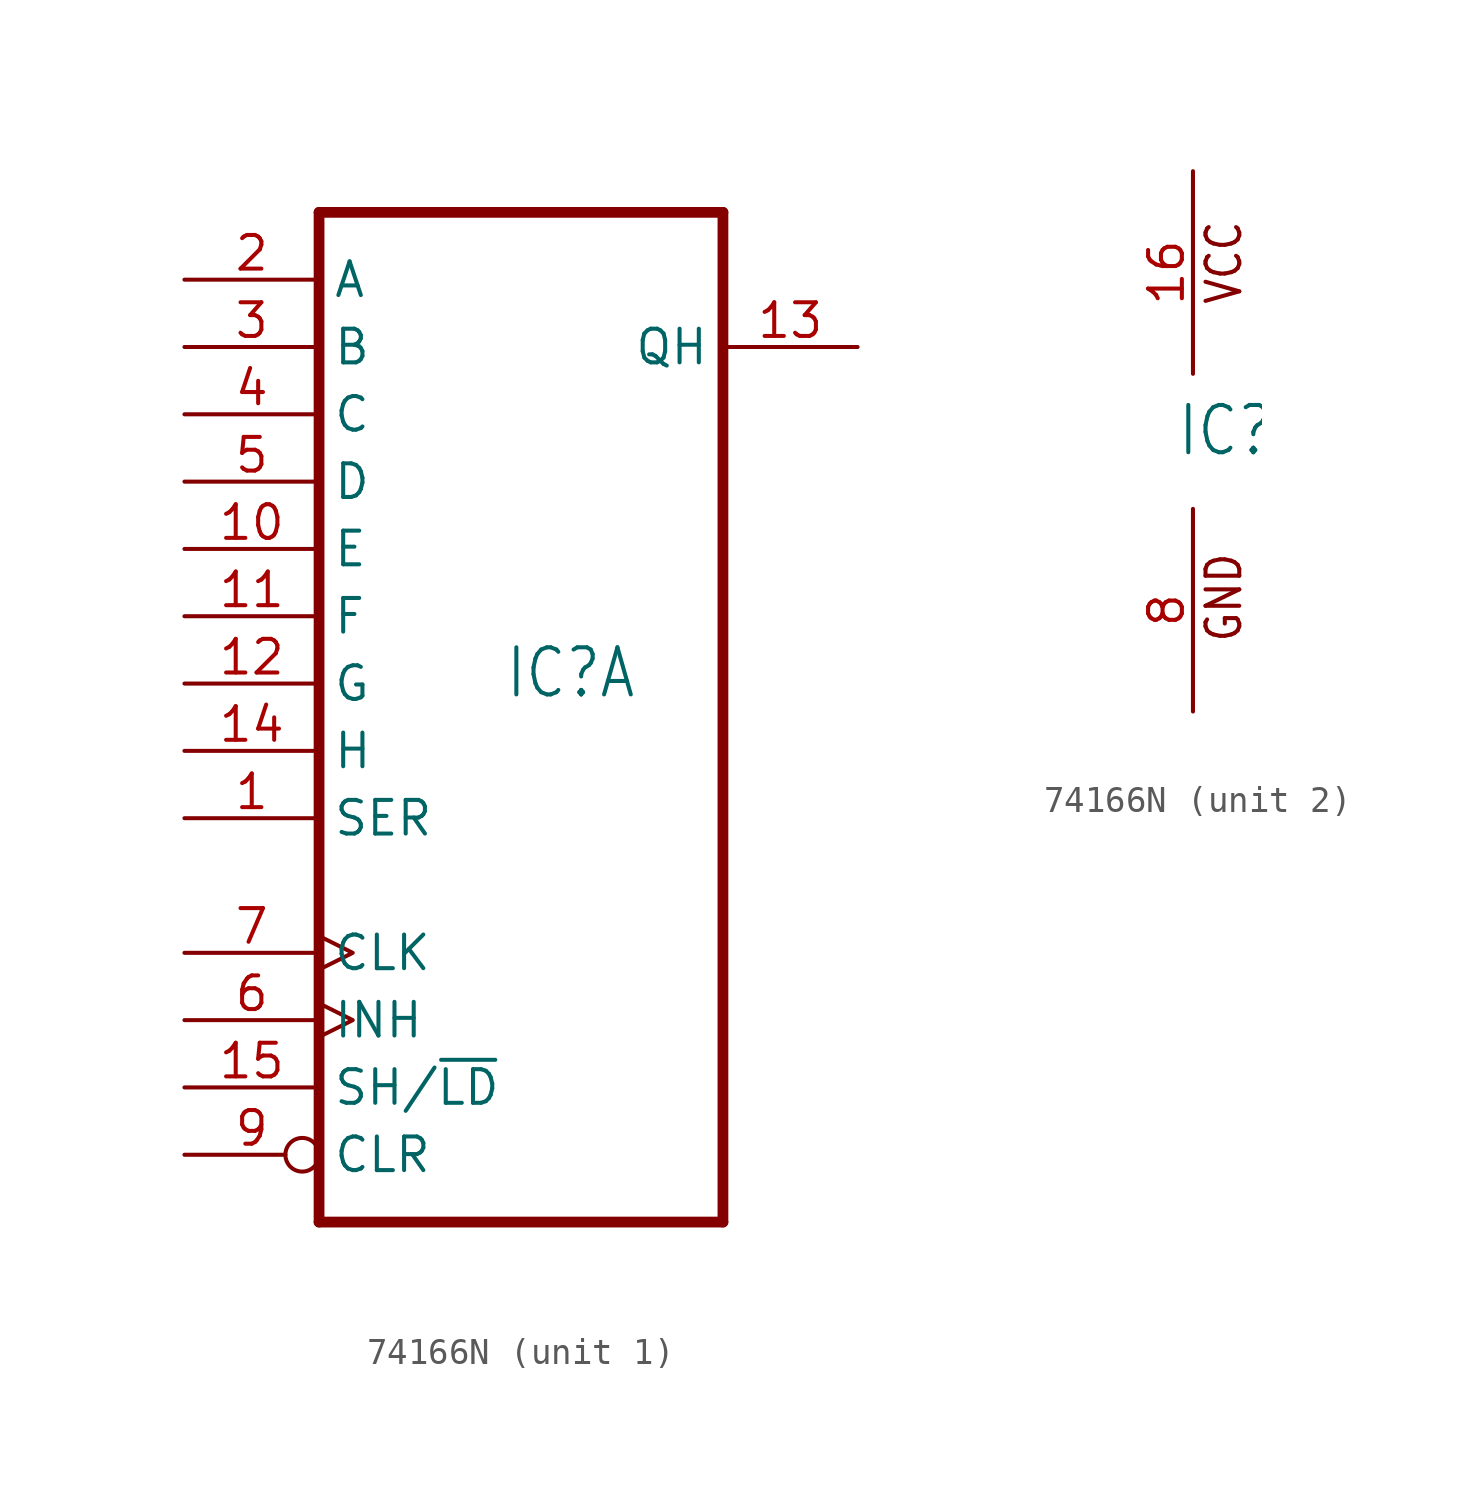
<source format=kicad_sym>
(kicad_symbol_lib
  (version 20231120)
  (generator "kicad_symbol_editor")
  (generator_version "8.0")
  (symbol "74166N"
    (property "Reference" "IC"
      (at -0.635 -0.635 0)
      (effects (font (size 1.778 1.511)) (justify left bottom)))
    (property "ki_locked" ""
      (at 0 0 0)
      (effects (font (size 1.27 1.27))))
    (symbol "74166N_1_0"
      (polyline (pts (xy -7.62 -20.32) (xy 7.62 -20.32)) (stroke (width 0.406) (type solid)) (fill (type none)))
      (polyline (pts (xy -7.62 17.78) (xy -7.62 -20.32)) (stroke (width 0.406) (type solid)) (fill (type none)))
      (polyline (pts (xy 7.62 -20.32) (xy 7.62 17.78)) (stroke (width 0.406) (type solid)) (fill (type none)))
      (polyline (pts (xy 7.62 17.78) (xy -7.62 17.78)) (stroke (width 0.406) (type solid)) (fill (type none)))
      (pin input line (at -12.7 -5.08 0) (length 5.08) (name "SER" (effects (font (size 1.27 1.27)))) (number "1" (effects (font (size 1.27 1.27)))))
      (pin input line (at -12.7 5.08 0) (length 5.08) (name "E" (effects (font (size 1.27 1.27)))) (number "10" (effects (font (size 1.27 1.27)))))
      (pin input line (at -12.7 2.54 0) (length 5.08) (name "F" (effects (font (size 1.27 1.27)))) (number "11" (effects (font (size 1.27 1.27)))))
      (pin input line (at -12.7 0 0) (length 5.08) (name "G" (effects (font (size 1.27 1.27)))) (number "12" (effects (font (size 1.27 1.27)))))
      (pin output line (at 12.7 12.7 180) (length 5.08) (name "QH" (effects (font (size 1.27 1.27)))) (number "13" (effects (font (size 1.27 1.27)))))
      (pin input line (at -12.7 -2.54 0) (length 5.08) (name "H" (effects (font (size 1.27 1.27)))) (number "14" (effects (font (size 1.27 1.27)))))
      (pin input line (at -12.7 -15.24 0) (length 5.08) (name "SH/~{LD}" (effects (font (size 1.27 1.27)))) (number "15" (effects (font (size 1.27 1.27)))))
      (pin input line (at -12.7 15.24 0) (length 5.08) (name "A" (effects (font (size 1.27 1.27)))) (number "2" (effects (font (size 1.27 1.27)))))
      (pin input line (at -12.7 12.7 0) (length 5.08) (name "B" (effects (font (size 1.27 1.27)))) (number "3" (effects (font (size 1.27 1.27)))))
      (pin input line (at -12.7 10.16 0) (length 5.08) (name "C" (effects (font (size 1.27 1.27)))) (number "4" (effects (font (size 1.27 1.27)))))
      (pin input line (at -12.7 7.62 0) (length 5.08) (name "D" (effects (font (size 1.27 1.27)))) (number "5" (effects (font (size 1.27 1.27)))))
      (pin input clock (at -12.7 -12.7 0) (length 5.08) (name "INH" (effects (font (size 1.27 1.27)))) (number "6" (effects (font (size 1.27 1.27)))))
      (pin input clock (at -12.7 -10.16 0) (length 5.08) (name "CLK" (effects (font (size 1.27 1.27)))) (number "7" (effects (font (size 1.27 1.27)))))
      (pin input inverted (at -12.7 -17.78 0) (length 5.08) (name "CLR" (effects (font (size 1.27 1.27)))) (number "9" (effects (font (size 1.27 1.27))))))
    (symbol "74166N_2_0"
      (text "GND" (at 1.905 -7.62 900) (effects (font (size 1.27 1.079)) (justify left bottom)))
      (text "VCC" (at 1.905 5.08 900) (effects (font (size 1.27 1.079)) (justify left bottom)))
      (pin power_in line (at 0 10.16 270) (length 7.62) (name "VCC" (effects (font (size 0 0)))) (number "16" (effects (font (size 1.27 1.27)))))
      (pin power_in line (at 0 -10.16 90) (length 7.62) (name "GND" (effects (font (size 0 0)))) (number "8" (effects (font (size 1.27 1.27))))))))
</source>
